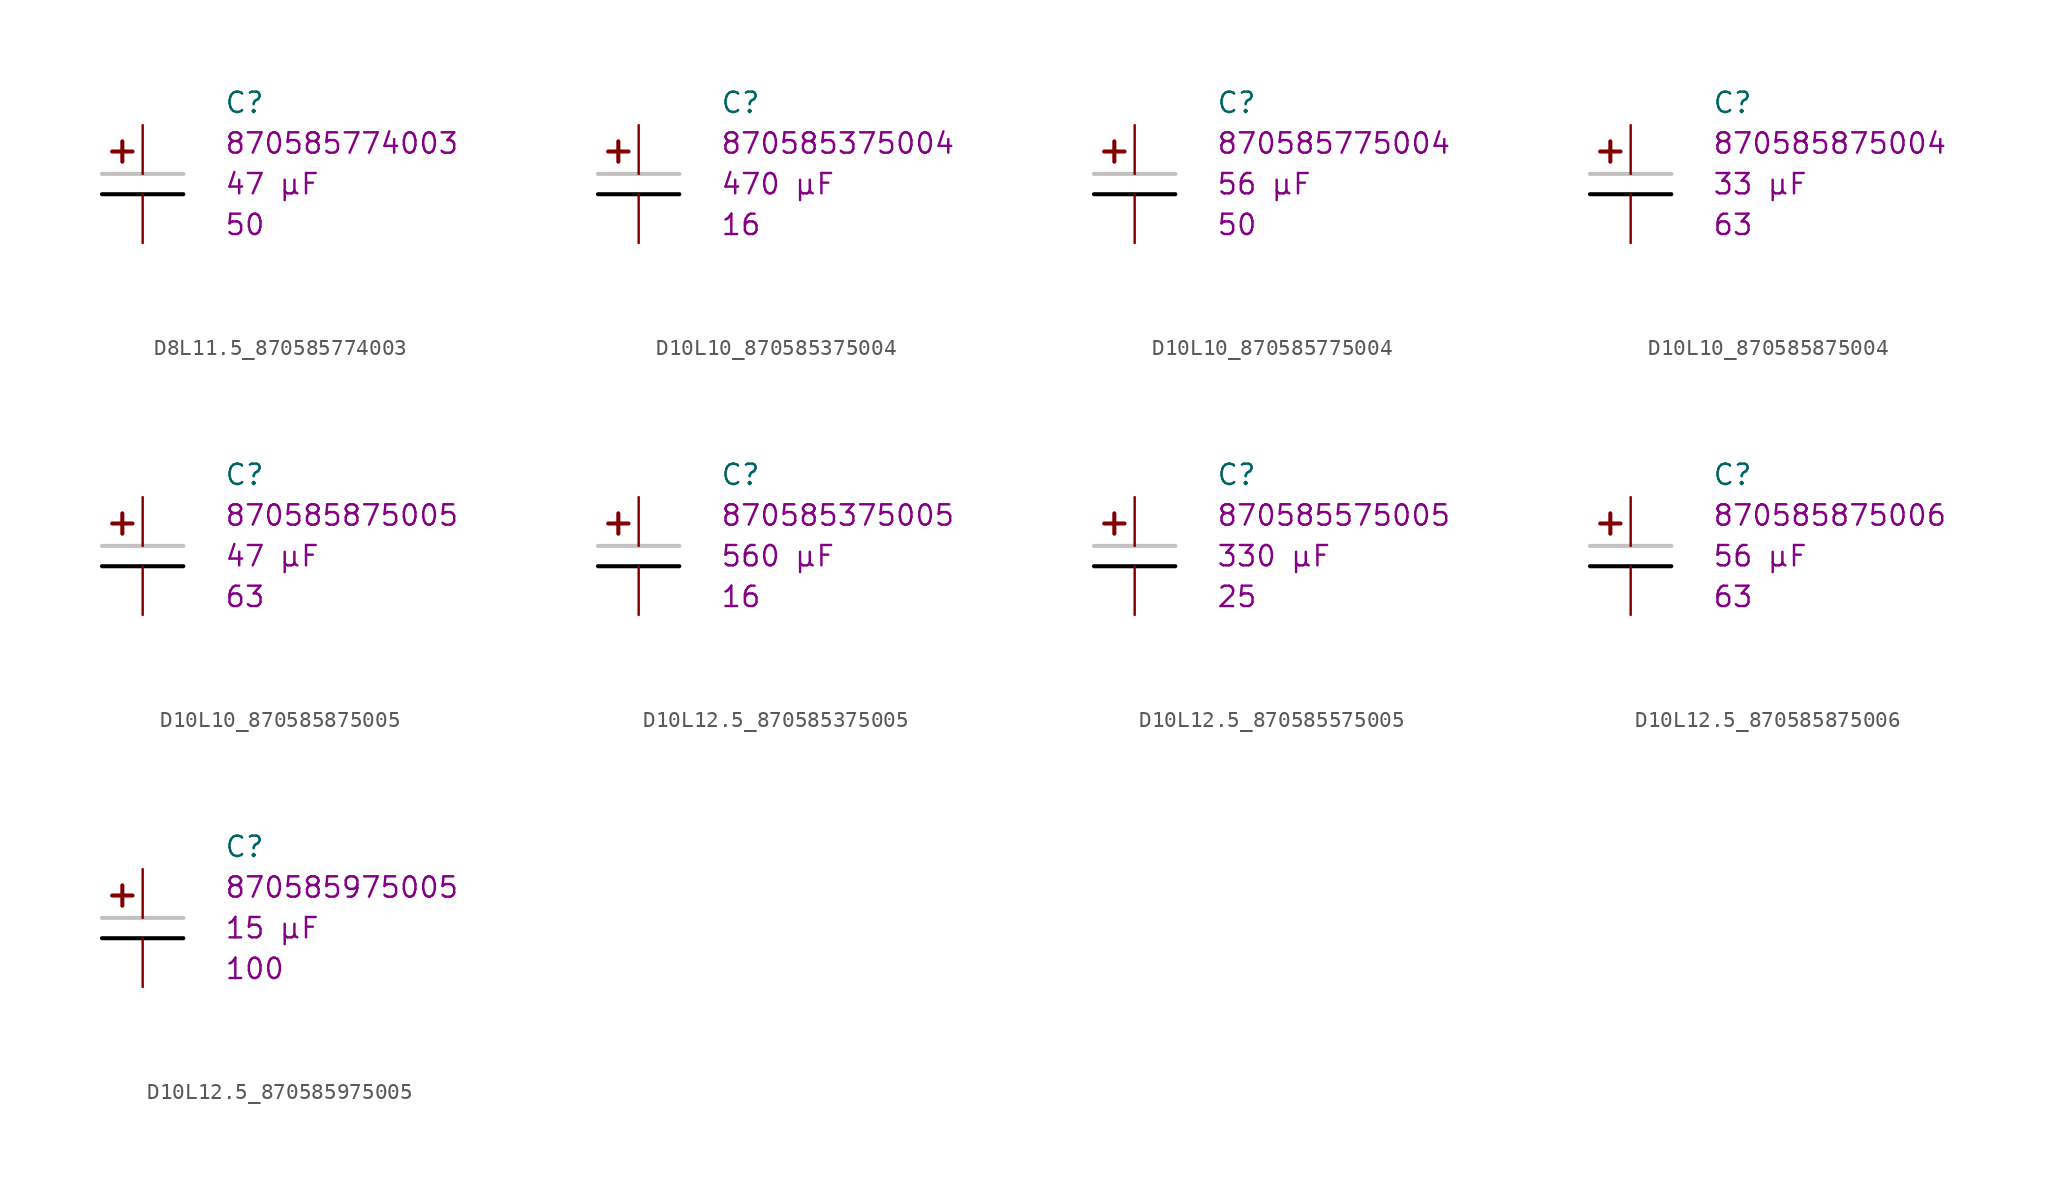
<source format=kicad_sym>
(kicad_symbol_lib
  (version 20220914)
  (generator kicad_symbol_editor)
  (symbol "D8L11.5_870585774003"
    (pin_numbers hide)
    (pin_names hide)
    (property "Reference" "C"
      (at 5.08 5.08 0)
      (effects (font (size 1.27 1.27)) (justify left)))
    (property "Part Number" "870585774003"
      (at 5.08 2.54 0)
      (effects (font (size 1.27 1.27)) (justify left)))
    (property "Capacitance" "47 µF"
      (at 5.08 0 0)
      (effects (font (size 1.27 1.27)) (justify left)))
    (property "Voltage" "50"
      (at 5.08 -2.54 0)
      (effects (font (size 1.27 1.27)) (justify left)))
    (property "Critical Parameter" ""
      (at 0 -7.62 0)
      (effects (font (size 1.27 1.27))))
    (symbol "D8L11.5_870585774003_1_1"
      (polyline (pts (xy -1.27 2.667) (xy -1.27 1.397)) (stroke (width 0.254) (type default)) (fill (type none)))
      (polyline (pts (xy -0.635 2.032) (xy -1.905 2.032)) (stroke (width 0.254) (type default)) (fill (type none)))
      (polyline (pts (xy 2.54 -0.635) (xy -2.54 -0.635)) (stroke (width 0.254) (type default) (color 0 0 0 1)) (fill (type none)))
      (polyline (pts (xy 2.54 0.635) (xy -2.54 0.635)) (stroke (width 0.254) (type default) (color 194 194 194 1)) (fill (type none)))
      (pin passive line (at 0 3.679 270) (length 3.044) (name "1" (effects (font (size 1.27 1.27)))) (number "1" (effects (font (size 1.27 1.27)))))
      (pin passive line (at 0 -3.679 90) (length 3.044) (name "2" (effects (font (size 1.27 1.27)))) (number "2" (effects (font (size 1.27 1.27)))))))
  (symbol "D10L10_870585375004"
    (pin_numbers hide)
    (pin_names hide)
    (property "Reference" "C"
      (at 5.08 5.08 0)
      (effects (font (size 1.27 1.27)) (justify left)))
    (property "Part Number" "870585375004"
      (at 5.08 2.54 0)
      (effects (font (size 1.27 1.27)) (justify left)))
    (property "Capacitance" "470 µF"
      (at 5.08 0 0)
      (effects (font (size 1.27 1.27)) (justify left)))
    (property "Voltage" "16"
      (at 5.08 -2.54 0)
      (effects (font (size 1.27 1.27)) (justify left)))
    (property "Critical Parameter" ""
      (at 0 -7.62 0)
      (effects (font (size 1.27 1.27))))
    (symbol "D10L10_870585375004_1_1"
      (polyline (pts (xy -1.27 2.667) (xy -1.27 1.397)) (stroke (width 0.254) (type default)) (fill (type none)))
      (polyline (pts (xy -0.635 2.032) (xy -1.905 2.032)) (stroke (width 0.254) (type default)) (fill (type none)))
      (polyline (pts (xy 2.54 -0.635) (xy -2.54 -0.635)) (stroke (width 0.254) (type default) (color 0 0 0 1)) (fill (type none)))
      (polyline (pts (xy 2.54 0.635) (xy -2.54 0.635)) (stroke (width 0.254) (type default) (color 194 194 194 1)) (fill (type none)))
      (pin passive line (at 0 3.679 270) (length 3.044) (name "1" (effects (font (size 1.27 1.27)))) (number "1" (effects (font (size 1.27 1.27)))))
      (pin passive line (at 0 -3.679 90) (length 3.044) (name "2" (effects (font (size 1.27 1.27)))) (number "2" (effects (font (size 1.27 1.27)))))))
  (symbol "D10L10_870585775004"
    (pin_numbers hide)
    (pin_names hide)
    (property "Reference" "C"
      (at 5.08 5.08 0)
      (effects (font (size 1.27 1.27)) (justify left)))
    (property "Part Number" "870585775004"
      (at 5.08 2.54 0)
      (effects (font (size 1.27 1.27)) (justify left)))
    (property "Capacitance" "56 µF"
      (at 5.08 0 0)
      (effects (font (size 1.27 1.27)) (justify left)))
    (property "Voltage" "50"
      (at 5.08 -2.54 0)
      (effects (font (size 1.27 1.27)) (justify left)))
    (property "Critical Parameter" ""
      (at 0 -7.62 0)
      (effects (font (size 1.27 1.27))))
    (symbol "D10L10_870585775004_1_1"
      (polyline (pts (xy -1.27 2.667) (xy -1.27 1.397)) (stroke (width 0.254) (type default)) (fill (type none)))
      (polyline (pts (xy -0.635 2.032) (xy -1.905 2.032)) (stroke (width 0.254) (type default)) (fill (type none)))
      (polyline (pts (xy 2.54 -0.635) (xy -2.54 -0.635)) (stroke (width 0.254) (type default) (color 0 0 0 1)) (fill (type none)))
      (polyline (pts (xy 2.54 0.635) (xy -2.54 0.635)) (stroke (width 0.254) (type default) (color 194 194 194 1)) (fill (type none)))
      (pin passive line (at 0 3.679 270) (length 3.044) (name "1" (effects (font (size 1.27 1.27)))) (number "1" (effects (font (size 1.27 1.27)))))
      (pin passive line (at 0 -3.679 90) (length 3.044) (name "2" (effects (font (size 1.27 1.27)))) (number "2" (effects (font (size 1.27 1.27)))))))
  (symbol "D10L10_870585875004"
    (pin_numbers hide)
    (pin_names hide)
    (property "Reference" "C"
      (at 5.08 5.08 0)
      (effects (font (size 1.27 1.27)) (justify left)))
    (property "Part Number" "870585875004"
      (at 5.08 2.54 0)
      (effects (font (size 1.27 1.27)) (justify left)))
    (property "Capacitance" "33 µF"
      (at 5.08 0 0)
      (effects (font (size 1.27 1.27)) (justify left)))
    (property "Voltage" "63"
      (at 5.08 -2.54 0)
      (effects (font (size 1.27 1.27)) (justify left)))
    (property "Critical Parameter" ""
      (at 0 -7.62 0)
      (effects (font (size 1.27 1.27))))
    (symbol "D10L10_870585875004_1_1"
      (polyline (pts (xy -1.27 2.667) (xy -1.27 1.397)) (stroke (width 0.254) (type default)) (fill (type none)))
      (polyline (pts (xy -0.635 2.032) (xy -1.905 2.032)) (stroke (width 0.254) (type default)) (fill (type none)))
      (polyline (pts (xy 2.54 -0.635) (xy -2.54 -0.635)) (stroke (width 0.254) (type default) (color 0 0 0 1)) (fill (type none)))
      (polyline (pts (xy 2.54 0.635) (xy -2.54 0.635)) (stroke (width 0.254) (type default) (color 194 194 194 1)) (fill (type none)))
      (pin passive line (at 0 3.679 270) (length 3.044) (name "1" (effects (font (size 1.27 1.27)))) (number "1" (effects (font (size 1.27 1.27)))))
      (pin passive line (at 0 -3.679 90) (length 3.044) (name "2" (effects (font (size 1.27 1.27)))) (number "2" (effects (font (size 1.27 1.27)))))))
  (symbol "D10L10_870585875005"
    (pin_numbers hide)
    (pin_names hide)
    (property "Reference" "C"
      (at 5.08 5.08 0)
      (effects (font (size 1.27 1.27)) (justify left)))
    (property "Part Number" "870585875005"
      (at 5.08 2.54 0)
      (effects (font (size 1.27 1.27)) (justify left)))
    (property "Capacitance" "47 µF"
      (at 5.08 0 0)
      (effects (font (size 1.27 1.27)) (justify left)))
    (property "Voltage" "63"
      (at 5.08 -2.54 0)
      (effects (font (size 1.27 1.27)) (justify left)))
    (property "Critical Parameter" ""
      (at 0 -7.62 0)
      (effects (font (size 1.27 1.27))))
    (symbol "D10L10_870585875005_1_1"
      (polyline (pts (xy -1.27 2.667) (xy -1.27 1.397)) (stroke (width 0.254) (type default)) (fill (type none)))
      (polyline (pts (xy -0.635 2.032) (xy -1.905 2.032)) (stroke (width 0.254) (type default)) (fill (type none)))
      (polyline (pts (xy 2.54 -0.635) (xy -2.54 -0.635)) (stroke (width 0.254) (type default) (color 0 0 0 1)) (fill (type none)))
      (polyline (pts (xy 2.54 0.635) (xy -2.54 0.635)) (stroke (width 0.254) (type default) (color 194 194 194 1)) (fill (type none)))
      (pin passive line (at 0 3.679 270) (length 3.044) (name "1" (effects (font (size 1.27 1.27)))) (number "1" (effects (font (size 1.27 1.27)))))
      (pin passive line (at 0 -3.679 90) (length 3.044) (name "2" (effects (font (size 1.27 1.27)))) (number "2" (effects (font (size 1.27 1.27)))))))
  (symbol "D10L12.5_870585375005"
    (pin_numbers hide)
    (pin_names hide)
    (property "Reference" "C"
      (at 5.08 5.08 0)
      (effects (font (size 1.27 1.27)) (justify left)))
    (property "Part Number" "870585375005"
      (at 5.08 2.54 0)
      (effects (font (size 1.27 1.27)) (justify left)))
    (property "Capacitance" "560 µF"
      (at 5.08 0 0)
      (effects (font (size 1.27 1.27)) (justify left)))
    (property "Voltage" "16"
      (at 5.08 -2.54 0)
      (effects (font (size 1.27 1.27)) (justify left)))
    (property "Critical Parameter" ""
      (at 0 -7.62 0)
      (effects (font (size 1.27 1.27))))
    (symbol "D10L12.5_870585375005_1_1"
      (polyline (pts (xy -1.27 2.667) (xy -1.27 1.397)) (stroke (width 0.254) (type default)) (fill (type none)))
      (polyline (pts (xy -0.635 2.032) (xy -1.905 2.032)) (stroke (width 0.254) (type default)) (fill (type none)))
      (polyline (pts (xy 2.54 -0.635) (xy -2.54 -0.635)) (stroke (width 0.254) (type default) (color 0 0 0 1)) (fill (type none)))
      (polyline (pts (xy 2.54 0.635) (xy -2.54 0.635)) (stroke (width 0.254) (type default) (color 194 194 194 1)) (fill (type none)))
      (pin passive line (at 0 3.679 270) (length 3.044) (name "1" (effects (font (size 1.27 1.27)))) (number "1" (effects (font (size 1.27 1.27)))))
      (pin passive line (at 0 -3.679 90) (length 3.044) (name "2" (effects (font (size 1.27 1.27)))) (number "2" (effects (font (size 1.27 1.27)))))))
  (symbol "D10L12.5_870585575005"
    (pin_numbers hide)
    (pin_names hide)
    (property "Reference" "C"
      (at 5.08 5.08 0)
      (effects (font (size 1.27 1.27)) (justify left)))
    (property "Part Number" "870585575005"
      (at 5.08 2.54 0)
      (effects (font (size 1.27 1.27)) (justify left)))
    (property "Capacitance" "330 µF"
      (at 5.08 0 0)
      (effects (font (size 1.27 1.27)) (justify left)))
    (property "Voltage" "25"
      (at 5.08 -2.54 0)
      (effects (font (size 1.27 1.27)) (justify left)))
    (property "Critical Parameter" ""
      (at 0 -7.62 0)
      (effects (font (size 1.27 1.27))))
    (symbol "D10L12.5_870585575005_1_1"
      (polyline (pts (xy -1.27 2.667) (xy -1.27 1.397)) (stroke (width 0.254) (type default)) (fill (type none)))
      (polyline (pts (xy -0.635 2.032) (xy -1.905 2.032)) (stroke (width 0.254) (type default)) (fill (type none)))
      (polyline (pts (xy 2.54 -0.635) (xy -2.54 -0.635)) (stroke (width 0.254) (type default) (color 0 0 0 1)) (fill (type none)))
      (polyline (pts (xy 2.54 0.635) (xy -2.54 0.635)) (stroke (width 0.254) (type default) (color 194 194 194 1)) (fill (type none)))
      (pin passive line (at 0 3.679 270) (length 3.044) (name "1" (effects (font (size 1.27 1.27)))) (number "1" (effects (font (size 1.27 1.27)))))
      (pin passive line (at 0 -3.679 90) (length 3.044) (name "2" (effects (font (size 1.27 1.27)))) (number "2" (effects (font (size 1.27 1.27)))))))
  (symbol "D10L12.5_870585875006"
    (pin_numbers hide)
    (pin_names hide)
    (property "Reference" "C"
      (at 5.08 5.08 0)
      (effects (font (size 1.27 1.27)) (justify left)))
    (property "Part Number" "870585875006"
      (at 5.08 2.54 0)
      (effects (font (size 1.27 1.27)) (justify left)))
    (property "Capacitance" "56 µF"
      (at 5.08 0 0)
      (effects (font (size 1.27 1.27)) (justify left)))
    (property "Voltage" "63"
      (at 5.08 -2.54 0)
      (effects (font (size 1.27 1.27)) (justify left)))
    (property "Critical Parameter" ""
      (at 0 -7.62 0)
      (effects (font (size 1.27 1.27))))
    (symbol "D10L12.5_870585875006_1_1"
      (polyline (pts (xy -1.27 2.667) (xy -1.27 1.397)) (stroke (width 0.254) (type default)) (fill (type none)))
      (polyline (pts (xy -0.635 2.032) (xy -1.905 2.032)) (stroke (width 0.254) (type default)) (fill (type none)))
      (polyline (pts (xy 2.54 -0.635) (xy -2.54 -0.635)) (stroke (width 0.254) (type default) (color 0 0 0 1)) (fill (type none)))
      (polyline (pts (xy 2.54 0.635) (xy -2.54 0.635)) (stroke (width 0.254) (type default) (color 194 194 194 1)) (fill (type none)))
      (pin passive line (at 0 3.679 270) (length 3.044) (name "1" (effects (font (size 1.27 1.27)))) (number "1" (effects (font (size 1.27 1.27)))))
      (pin passive line (at 0 -3.679 90) (length 3.044) (name "2" (effects (font (size 1.27 1.27)))) (number "2" (effects (font (size 1.27 1.27)))))))
  (symbol "D10L12.5_870585975005"
    (pin_numbers hide)
    (pin_names hide)
    (property "Reference" "C"
      (at 5.08 5.08 0)
      (effects (font (size 1.27 1.27)) (justify left)))
    (property "Part Number" "870585975005"
      (at 5.08 2.54 0)
      (effects (font (size 1.27 1.27)) (justify left)))
    (property "Capacitance" "15 µF"
      (at 5.08 0 0)
      (effects (font (size 1.27 1.27)) (justify left)))
    (property "Voltage" "100"
      (at 5.08 -2.54 0)
      (effects (font (size 1.27 1.27)) (justify left)))
    (property "Critical Parameter" ""
      (at 0 -7.62 0)
      (effects (font (size 1.27 1.27))))
    (symbol "D10L12.5_870585975005_1_1"
      (polyline (pts (xy -1.27 2.667) (xy -1.27 1.397)) (stroke (width 0.254) (type default)) (fill (type none)))
      (polyline (pts (xy -0.635 2.032) (xy -1.905 2.032)) (stroke (width 0.254) (type default)) (fill (type none)))
      (polyline (pts (xy 2.54 -0.635) (xy -2.54 -0.635)) (stroke (width 0.254) (type default) (color 0 0 0 1)) (fill (type none)))
      (polyline (pts (xy 2.54 0.635) (xy -2.54 0.635)) (stroke (width 0.254) (type default) (color 194 194 194 1)) (fill (type none)))
      (pin passive line (at 0 3.679 270) (length 3.044) (name "1" (effects (font (size 1.27 1.27)))) (number "1" (effects (font (size 1.27 1.27)))))
      (pin passive line (at 0 -3.679 90) (length 3.044) (name "2" (effects (font (size 1.27 1.27)))) (number "2" (effects (font (size 1.27 1.27))))))))
</source>
